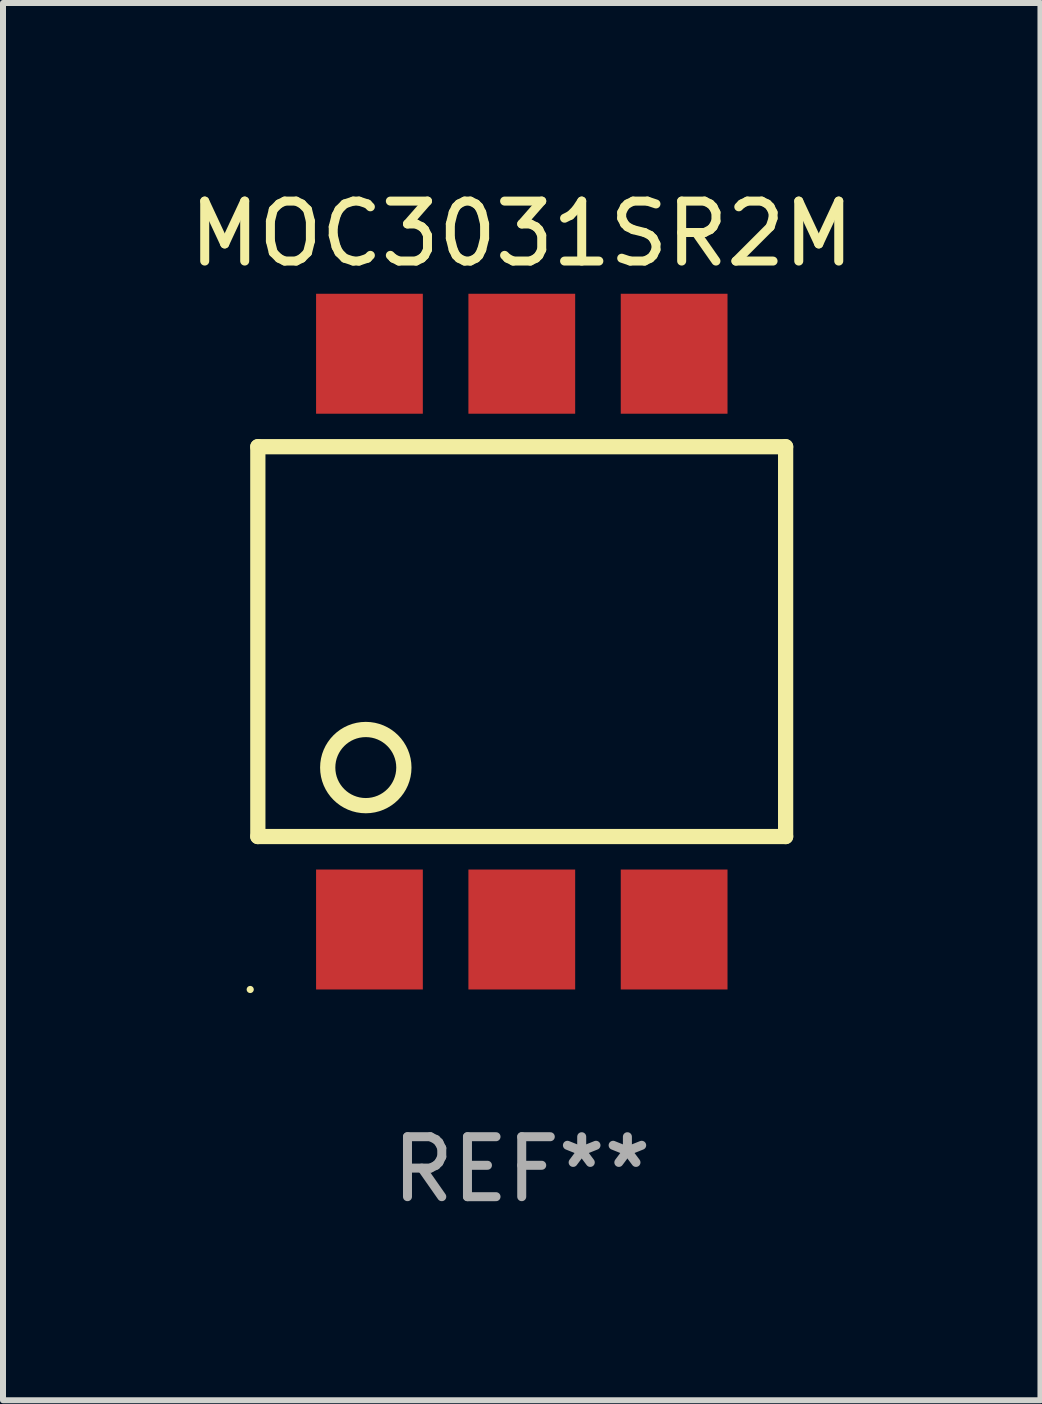
<source format=kicad_pcb>
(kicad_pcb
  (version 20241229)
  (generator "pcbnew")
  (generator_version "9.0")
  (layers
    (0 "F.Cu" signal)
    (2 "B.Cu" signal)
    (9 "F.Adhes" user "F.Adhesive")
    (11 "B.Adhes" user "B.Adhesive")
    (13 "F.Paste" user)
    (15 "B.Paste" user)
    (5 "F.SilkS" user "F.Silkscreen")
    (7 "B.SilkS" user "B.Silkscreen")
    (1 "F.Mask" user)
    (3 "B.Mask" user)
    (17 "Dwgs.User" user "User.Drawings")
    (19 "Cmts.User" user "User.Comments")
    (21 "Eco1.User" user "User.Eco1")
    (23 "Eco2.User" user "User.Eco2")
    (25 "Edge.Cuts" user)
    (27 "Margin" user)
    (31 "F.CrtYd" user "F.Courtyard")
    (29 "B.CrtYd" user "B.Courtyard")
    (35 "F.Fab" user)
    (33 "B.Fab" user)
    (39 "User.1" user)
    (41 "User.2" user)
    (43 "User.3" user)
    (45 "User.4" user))
  (footprint "MOC3031SR2M"
    (layer "F.Cu")
    (at 5.649 7.648)
    (property "Reference" "MOC3031SR2M" (at 0 -6.8 0) (layer "F.SilkS") (effects (font (size 1 1) (thickness 0.15))))
    (attr through_hole)
    (fp_line (start -4.4 -3.25) (end -4.4 3.25) (stroke (width 0.254) (type solid)) (layer "F.SilkS"))
    (fp_line (start -4.4 -3.25) (end 4.4 -3.25) (stroke (width 0.254) (type solid)) (layer "F.SilkS"))
    (fp_line (start 4.4 3.25) (end -4.4 3.25) (stroke (width 0.254) (type solid)) (layer "F.SilkS"))
    (fp_line (start 4.4 3.25) (end 4.4 -3.25) (stroke (width 0.254) (type solid)) (layer "F.SilkS"))
    (fp_circle (center -4.527 5.8) (end -4.497 5.8) (stroke (width 0.06) (type solid)) (fill no) (layer "F.SilkS"))
    (fp_circle (center -2.6 2.1) (end -1.965 2.1) (stroke (width 0.254) (type solid)) (fill no) (layer "F.SilkS"))
    (fp_text user "REF**" (at 0 8.8 0) (layer "F.Fab") (effects (font (size 1 1) (thickness 0.15))))
    (pad "1" smd rect (at -2.539 4.8) (size 1.78 2) (layers "F.Cu" "F.Mask" "F.Paste"))
    (pad "2" smd rect (at 0.001 4.8) (size 1.78 2) (layers "F.Cu" "F.Mask" "F.Paste"))
    (pad "3" smd rect (at 2.541 4.8) (size 1.78 2) (layers "F.Cu" "F.Mask" "F.Paste"))
    (pad "4" smd rect (at 2.541 -4.8) (size 1.78 2) (layers "F.Cu" "F.Mask" "F.Paste"))
    (pad "5" smd rect (at 0.001 -4.8) (size 1.78 2) (layers "F.Cu" "F.Mask" "F.Paste"))
    (pad "6" smd rect (at -2.539 -4.8) (size 1.78 2) (layers "F.Cu" "F.Mask" "F.Paste")))
  (gr_rect
    (start -3 -3)
    (end 14.298 20.297)
    (stroke (width 0.1) (type default))
    (fill no)
    (layer "Edge.Cuts")))
</source>
